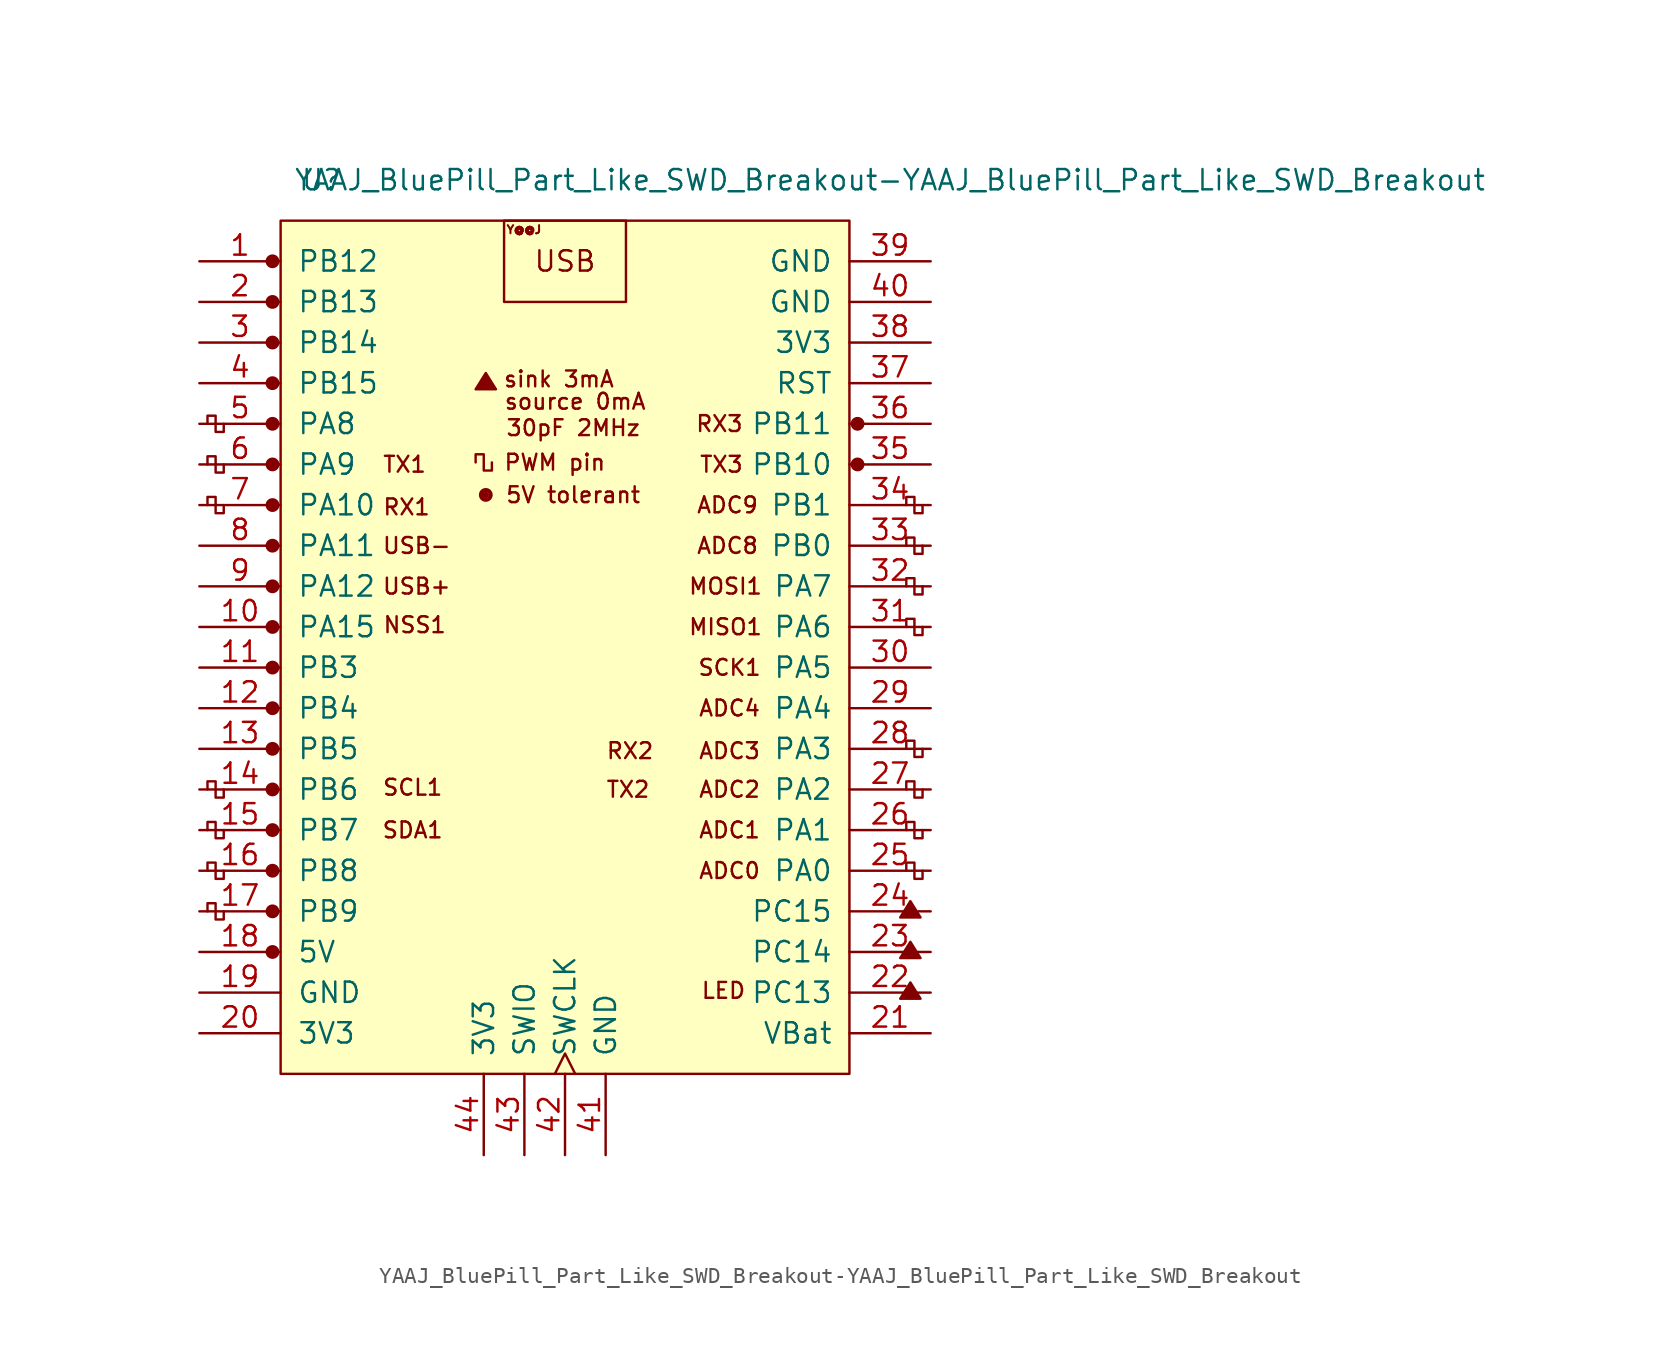
<source format=kicad_sym>
(kicad_symbol_lib
  (version 20211014)
  (generator kicad_symbol_editor)
  (symbol "YAAJ_BluePill_Part_Like_SWD_Breakout-YAAJ_BluePill_Part_Like_SWD_Breakout"
    (pin_names
      (offset 1.016))
    (property "Reference" "U"
      (at -15.24 27.94 0)
      (effects (font (size 1.27 1.27))))
    (property "Value" "YAAJ_BluePill_Part_Like_SWD_Breakout-YAAJ_BluePill_Part_Like_SWD_Breakout"
      (at 20.32 27.94 0)
      (effects (font (size 1.27 1.27))))
    (symbol "YAAJ_BluePill_Part_Like_SWD_Breakout-YAAJ_BluePill_Part_Like_SWD_Breakout_0_0"
      (circle (center -18.288 -20.32) (radius 0.356) (stroke (width 0) (type default) (color 0 0 0 0)) (fill (type outline)))
      (circle (center -18.288 -17.78) (radius 0.356) (stroke (width 0) (type default) (color 0 0 0 0)) (fill (type outline)))
      (circle (center -18.288 -15.24) (radius 0.356) (stroke (width 0) (type default) (color 0 0 0 0)) (fill (type outline)))
      (circle (center -18.288 -12.7) (radius 0.356) (stroke (width 0) (type default) (color 0 0 0 0)) (fill (type outline)))
      (circle (center -18.288 -10.16) (radius 0.356) (stroke (width 0) (type default) (color 0 0 0 0)) (fill (type outline)))
      (circle (center -18.288 -7.62) (radius 0.356) (stroke (width 0) (type default) (color 0 0 0 0)) (fill (type outline)))
      (circle (center -18.288 -5.08) (radius 0.356) (stroke (width 0) (type default) (color 0 0 0 0)) (fill (type outline)))
      (circle (center -18.288 -2.54) (radius 0.356) (stroke (width 0) (type default) (color 0 0 0 0)) (fill (type outline)))
      (circle (center -18.288 0) (radius 0.356) (stroke (width 0) (type default) (color 0 0 0 0)) (fill (type outline)))
      (circle (center -18.288 2.54) (radius 0.356) (stroke (width 0) (type default) (color 0 0 0 0)) (fill (type outline)))
      (circle (center -18.288 5.08) (radius 0.356) (stroke (width 0) (type default) (color 0 0 0 0)) (fill (type outline)))
      (circle (center -18.288 7.62) (radius 0.356) (stroke (width 0) (type default) (color 0 0 0 0)) (fill (type outline)))
      (circle (center -18.288 10.16) (radius 0.356) (stroke (width 0) (type default) (color 0 0 0 0)) (fill (type outline)))
      (circle (center -18.288 12.7) (radius 0.356) (stroke (width 0) (type default) (color 0 0 0 0)) (fill (type outline)))
      (circle (center -18.288 15.24) (radius 0.356) (stroke (width 0) (type default) (color 0 0 0 0)) (fill (type outline)))
      (circle (center -18.288 17.78) (radius 0.356) (stroke (width 0) (type default) (color 0 0 0 0)) (fill (type outline)))
      (circle (center -18.288 22.86) (radius 0.356) (stroke (width 0) (type default) (color 0 0 0 0)) (fill (type outline)))
      (circle (center -4.953 8.255) (radius 0.127) (stroke (width 0) (type default) (color 0 0 0 0)) (fill (type outline)))
      (circle (center -4.953 8.255) (radius 0.254) (stroke (width 0) (type default) (color 0 0 0 0)) (fill (type none)))
      (circle (center -4.953 8.255) (radius 0.356) (stroke (width 0) (type default) (color 0 0 0 0)) (fill (type none)))
      (polyline (pts (xy -5.588 14.859) (xy -4.953 15.875) (xy -4.318 14.859) (xy -5.588 14.859) (xy -4.953 15.748) (xy -4.445 14.859) (xy -5.461 14.986) (xy -4.953 15.621) (xy -4.572 14.859) (xy -5.334 15.113) (xy -4.826 15.494) (xy -4.699 14.859) (xy -5.207 15.24) (xy -4.699 15.367) (xy -4.826 14.986) (xy -5.08 15.24) (xy -4.826 15.113) (xy -4.953 15.367)) (stroke (width 0) (type default) (color 0 0 0 0)) (fill (type none)))
      (polyline (pts (xy 20.955 -23.241) (xy 21.59 -22.225) (xy 22.225 -23.241) (xy 20.955 -23.241) (xy 21.59 -22.352) (xy 22.098 -23.241) (xy 21.082 -23.114) (xy 21.59 -22.479) (xy 21.971 -23.241) (xy 21.209 -22.987) (xy 21.717 -22.606) (xy 21.844 -23.241) (xy 21.336 -22.86) (xy 21.844 -22.733) (xy 21.717 -23.114) (xy 21.463 -22.86) (xy 21.717 -22.987) (xy 21.59 -22.733)) (stroke (width 0) (type default) (color 0 0 0 0)) (fill (type none)))
      (polyline (pts (xy 20.955 -20.701) (xy 21.59 -19.685) (xy 22.225 -20.701) (xy 20.955 -20.701) (xy 21.59 -19.812) (xy 22.098 -20.701) (xy 21.082 -20.574) (xy 21.59 -19.939) (xy 21.971 -20.701) (xy 21.209 -20.447) (xy 21.717 -20.066) (xy 21.844 -20.701) (xy 21.336 -20.32) (xy 21.844 -20.193) (xy 21.717 -20.574) (xy 21.463 -20.32) (xy 21.717 -20.447) (xy 21.59 -20.193)) (stroke (width 0) (type default) (color 0 0 0 0)) (fill (type none)))
      (polyline (pts (xy 20.955 -18.161) (xy 21.59 -17.145) (xy 22.225 -18.161) (xy 20.955 -18.161) (xy 21.59 -17.272) (xy 22.098 -18.161) (xy 21.082 -18.034) (xy 21.59 -17.399) (xy 21.971 -18.161) (xy 21.209 -17.907) (xy 21.717 -17.526) (xy 21.844 -18.161) (xy 21.336 -17.78) (xy 21.844 -17.653) (xy 21.717 -18.034) (xy 21.463 -17.78) (xy 21.717 -17.907) (xy 21.59 -17.653)) (stroke (width 0) (type default) (color 0 0 0 0)) (fill (type none)))
      (circle (center 18.288 10.16) (radius 0.254) (stroke (width 0) (type default) (color 0 0 0 0)) (fill (type outline)))
      (circle (center 18.288 10.16) (radius 0.356) (stroke (width 0) (type default) (color 0 0 0 0)) (fill (type none)))
      (circle (center 18.288 12.7) (radius 0.254) (stroke (width 0) (type default) (color 0 0 0 0)) (fill (type outline)))
      (circle (center 18.288 12.7) (radius 0.356) (stroke (width 0) (type default) (color 0 0 0 0)) (fill (type none)))
      (text "30pF 2MHz" (at 0.508 12.446 0) (effects (font (size 0.991 0.991))))
      (text "5V tolerant" (at 0.508 8.255 0) (effects (font (size 0.991 0.991))))
      (text "ADC0" (at 10.287 -15.24 0) (effects (font (size 0.991 0.991))))
      (text "ADC1" (at 10.287 -12.7 0) (effects (font (size 0.991 0.991))))
      (text "ADC2" (at 10.287 -10.16 0) (effects (font (size 0.991 0.991))))
      (text "ADC3" (at 10.287 -7.747 0) (effects (font (size 0.991 0.991))))
      (text "ADC4" (at 10.287 -5.08 0) (effects (font (size 0.991 0.991))))
      (text "ADC8" (at 10.16 5.08 0) (effects (font (size 0.991 0.991))))
      (text "ADC9" (at 10.16 7.62 0) (effects (font (size 0.991 0.991))))
      (text "LED" (at 9.906 -22.733 0) (effects (font (size 0.991 0.991))))
      (text "MISO1" (at 10.033 0 0) (effects (font (size 0.991 0.991))))
      (text "MOSI1" (at 10.033 2.54 0) (effects (font (size 0.991 0.991))))
      (text "NSS1" (at -9.398 0.127 0) (effects (font (size 0.991 0.991))))
      (text "PWM pin" (at -0.635 10.287 0) (effects (font (size 0.991 0.991))))
      (text "RX1" (at -9.906 7.493 0) (effects (font (size 0.991 0.991))))
      (text "RX2" (at 4.064 -7.747 0) (effects (font (size 0.991 0.991))))
      (text "RX3" (at 9.652 12.7 0) (effects (font (size 0.991 0.991))))
      (text "SCK1" (at 10.287 -2.54 0) (effects (font (size 0.991 0.991))))
      (text "SCL1" (at -9.525 -10.033 0) (effects (font (size 0.991 0.991))))
      (text "SDA1" (at -9.525 -12.7 0) (effects (font (size 0.991 0.991))))
      (text "sink 3mA" (at -0.381 15.494 0) (effects (font (size 0.991 0.991))))
      (text "source 0mA" (at 0.635 14.097 0) (effects (font (size 0.991 0.991))))
      (text "TX1" (at -10.033 10.16 0) (effects (font (size 0.991 0.991))))
      (text "TX2" (at 3.937 -10.16 0) (effects (font (size 0.991 0.991))))
      (text "TX3" (at 9.779 10.16 0) (effects (font (size 0.991 0.991))))
      (text "USB" (at 0 22.86 0) (effects (font (size 1.27 1.27))))
      (text "USB+" (at -9.271 2.54 0) (effects (font (size 0.991 0.991))))
      (text "USB-" (at -9.271 5.08 0) (effects (font (size 0.991 0.991))))
      (text "Y@@J" (at -2.565 24.841 0) (effects (font (size 0.508 0.508)))))
    (symbol "YAAJ_BluePill_Part_Like_SWD_Breakout-YAAJ_BluePill_Part_Like_SWD_Breakout_0_1"
      (rectangle (start -17.78 25.4) (end 17.78 -27.94) (stroke (width 0) (type default) (color 0 0 0 0)) (fill (type background)))
      (polyline (pts (xy -21.336 -17.78) (xy -21.336 -18.288) (xy -21.844 -18.288) (xy -21.844 -17.272) (xy -22.352 -17.272) (xy -22.352 -17.78)) (stroke (width 0) (type default) (color 0 0 0 0)) (fill (type none)))
      (polyline (pts (xy -21.336 -15.24) (xy -21.336 -15.748) (xy -21.844 -15.748) (xy -21.844 -14.732) (xy -22.352 -14.732) (xy -22.352 -15.24)) (stroke (width 0) (type default) (color 0 0 0 0)) (fill (type none)))
      (polyline (pts (xy -21.336 -12.7) (xy -21.336 -13.208) (xy -21.844 -13.208) (xy -21.844 -12.192) (xy -22.352 -12.192) (xy -22.352 -12.7)) (stroke (width 0) (type default) (color 0 0 0 0)) (fill (type none)))
      (polyline (pts (xy -21.336 -10.16) (xy -21.336 -10.668) (xy -21.844 -10.668) (xy -21.844 -9.652) (xy -22.352 -9.652) (xy -22.352 -10.16)) (stroke (width 0) (type default) (color 0 0 0 0)) (fill (type none)))
      (polyline (pts (xy -21.336 7.62) (xy -21.336 7.112) (xy -21.844 7.112) (xy -21.844 8.128) (xy -22.352 8.128) (xy -22.352 7.62)) (stroke (width 0) (type default) (color 0 0 0 0)) (fill (type none)))
      (polyline (pts (xy -21.336 10.16) (xy -21.336 9.652) (xy -21.844 9.652) (xy -21.844 10.668) (xy -22.352 10.668) (xy -22.352 10.16)) (stroke (width 0) (type default) (color 0 0 0 0)) (fill (type none)))
      (polyline (pts (xy -21.336 12.7) (xy -21.336 12.192) (xy -21.844 12.192) (xy -21.844 13.208) (xy -22.352 13.208) (xy -22.352 12.7)) (stroke (width 0) (type default) (color 0 0 0 0)) (fill (type none)))
      (polyline (pts (xy -4.572 10.287) (xy -4.572 9.779) (xy -5.08 9.779) (xy -5.08 10.795) (xy -5.588 10.795) (xy -5.588 10.287)) (stroke (width 0) (type default) (color 0 0 0 0)) (fill (type none)))
      (polyline (pts (xy 22.352 -15.24) (xy 22.352 -15.748) (xy 21.844 -15.748) (xy 21.844 -14.732) (xy 21.336 -14.732) (xy 21.336 -15.24)) (stroke (width 0) (type default) (color 0 0 0 0)) (fill (type none)))
      (polyline (pts (xy 22.352 -12.7) (xy 22.352 -13.208) (xy 21.844 -13.208) (xy 21.844 -12.192) (xy 21.336 -12.192) (xy 21.336 -12.7)) (stroke (width 0) (type default) (color 0 0 0 0)) (fill (type none)))
      (polyline (pts (xy 22.352 -10.16) (xy 22.352 -10.668) (xy 21.844 -10.668) (xy 21.844 -9.652) (xy 21.336 -9.652) (xy 21.336 -10.16)) (stroke (width 0) (type default) (color 0 0 0 0)) (fill (type none)))
      (polyline (pts (xy 22.352 -7.62) (xy 22.352 -8.128) (xy 21.844 -8.128) (xy 21.844 -7.112) (xy 21.336 -7.112) (xy 21.336 -7.62)) (stroke (width 0) (type default) (color 0 0 0 0)) (fill (type none)))
      (polyline (pts (xy 22.352 0) (xy 22.352 -0.508) (xy 21.844 -0.508) (xy 21.844 0.508) (xy 21.336 0.508) (xy 21.336 0)) (stroke (width 0) (type default) (color 0 0 0 0)) (fill (type none)))
      (polyline (pts (xy 22.352 2.54) (xy 22.352 2.032) (xy 21.844 2.032) (xy 21.844 3.048) (xy 21.336 3.048) (xy 21.336 2.54)) (stroke (width 0) (type default) (color 0 0 0 0)) (fill (type none)))
      (polyline (pts (xy 22.352 5.08) (xy 22.352 4.572) (xy 21.844 4.572) (xy 21.844 5.588) (xy 21.336 5.588) (xy 21.336 5.08)) (stroke (width 0) (type default) (color 0 0 0 0)) (fill (type none)))
      (polyline (pts (xy 22.352 7.62) (xy 22.352 7.112) (xy 21.844 7.112) (xy 21.844 8.128) (xy 21.336 8.128) (xy 21.336 7.62)) (stroke (width 0) (type default) (color 0 0 0 0)) (fill (type none)))
      (rectangle (start 3.81 25.4) (end -3.81 20.32) (stroke (width 0) (type default) (color 0 0 0 0)) (fill (type none))))
    (symbol "YAAJ_BluePill_Part_Like_SWD_Breakout-YAAJ_BluePill_Part_Like_SWD_Breakout_1_1"
      (circle (center -18.288 20.32) (radius 0.356) (stroke (width 0) (type default) (color 0 0 0 0)) (fill (type outline)))
      (pin bidirectional line (at -22.86 22.86 0) (length 5.08) (name "PB12" (effects (font (size 1.27 1.27)))) (number "1" (effects (font (size 1.27 1.27)))))
      (pin bidirectional line (at -22.86 0 0) (length 5.08) (name "PA15" (effects (font (size 1.27 1.27)))) (number "10" (effects (font (size 1.27 1.27)))))
      (pin bidirectional line (at -22.86 -2.54 0) (length 5.08) (name "PB3" (effects (font (size 1.27 1.27)))) (number "11" (effects (font (size 1.27 1.27)))))
      (pin bidirectional line (at -22.86 -5.08 0) (length 5.08) (name "PB4" (effects (font (size 1.27 1.27)))) (number "12" (effects (font (size 1.27 1.27)))))
      (pin bidirectional line (at -22.86 -7.62 0) (length 5.08) (name "PB5" (effects (font (size 1.27 1.27)))) (number "13" (effects (font (size 1.27 1.27)))))
      (pin bidirectional line (at -22.86 -10.16 0) (length 5.08) (name "PB6" (effects (font (size 1.27 1.27)))) (number "14" (effects (font (size 1.27 1.27)))))
      (pin bidirectional line (at -22.86 -12.7 0) (length 5.08) (name "PB7" (effects (font (size 1.27 1.27)))) (number "15" (effects (font (size 1.27 1.27)))))
      (pin bidirectional line (at -22.86 -15.24 0) (length 5.08) (name "PB8" (effects (font (size 1.27 1.27)))) (number "16" (effects (font (size 1.27 1.27)))))
      (pin bidirectional line (at -22.86 -17.78 0) (length 5.08) (name "PB9" (effects (font (size 1.27 1.27)))) (number "17" (effects (font (size 1.27 1.27)))))
      (pin power_in line (at -22.86 -20.32 0) (length 5.08) (name "5V" (effects (font (size 1.27 1.27)))) (number "18" (effects (font (size 1.27 1.27)))))
      (pin power_in line (at -22.86 -22.86 0) (length 5.08) (name "GND" (effects (font (size 1.27 1.27)))) (number "19" (effects (font (size 1.27 1.27)))))
      (pin bidirectional line (at -22.86 20.32 0) (length 5.08) (name "PB13" (effects (font (size 1.27 1.27)))) (number "2" (effects (font (size 1.27 1.27)))))
      (pin power_in line (at -22.86 -25.4 0) (length 5.08) (name "3V3" (effects (font (size 1.27 1.27)))) (number "20" (effects (font (size 1.27 1.27)))))
      (pin power_in line (at 22.86 -25.4 180) (length 5.08) (name "VBat" (effects (font (size 1.27 1.27)))) (number "21" (effects (font (size 1.27 1.27)))))
      (pin bidirectional line (at 22.86 -22.86 180) (length 5.08) (name "PC13" (effects (font (size 1.27 1.27)))) (number "22" (effects (font (size 1.27 1.27)))))
      (pin bidirectional line (at 22.86 -20.32 180) (length 5.08) (name "PC14" (effects (font (size 1.27 1.27)))) (number "23" (effects (font (size 1.27 1.27)))))
      (pin bidirectional line (at 22.86 -17.78 180) (length 5.08) (name "PC15" (effects (font (size 1.27 1.27)))) (number "24" (effects (font (size 1.27 1.27)))))
      (pin bidirectional line (at 22.86 -15.24 180) (length 5.08) (name "PA0" (effects (font (size 1.27 1.27)))) (number "25" (effects (font (size 1.27 1.27)))))
      (pin bidirectional line (at 22.86 -12.7 180) (length 5.08) (name "PA1" (effects (font (size 1.27 1.27)))) (number "26" (effects (font (size 1.27 1.27)))))
      (pin bidirectional line (at 22.86 -10.16 180) (length 5.08) (name "PA2" (effects (font (size 1.27 1.27)))) (number "27" (effects (font (size 1.27 1.27)))))
      (pin bidirectional line (at 22.86 -7.62 180) (length 5.08) (name "PA3" (effects (font (size 1.27 1.27)))) (number "28" (effects (font (size 1.27 1.27)))))
      (pin bidirectional line (at 22.86 -5.08 180) (length 5.08) (name "PA4" (effects (font (size 1.27 1.27)))) (number "29" (effects (font (size 1.27 1.27)))))
      (pin bidirectional line (at -22.86 17.78 0) (length 5.08) (name "PB14" (effects (font (size 1.27 1.27)))) (number "3" (effects (font (size 1.27 1.27)))))
      (pin bidirectional line (at 22.86 -2.54 180) (length 5.08) (name "PA5" (effects (font (size 1.27 1.27)))) (number "30" (effects (font (size 1.27 1.27)))))
      (pin bidirectional line (at 22.86 0 180) (length 5.08) (name "PA6" (effects (font (size 1.27 1.27)))) (number "31" (effects (font (size 1.27 1.27)))))
      (pin bidirectional line (at 22.86 2.54 180) (length 5.08) (name "PA7" (effects (font (size 1.27 1.27)))) (number "32" (effects (font (size 1.27 1.27)))))
      (pin bidirectional line (at 22.86 5.08 180) (length 5.08) (name "PB0" (effects (font (size 1.27 1.27)))) (number "33" (effects (font (size 1.27 1.27)))))
      (pin bidirectional line (at 22.86 7.62 180) (length 5.08) (name "PB1" (effects (font (size 1.27 1.27)))) (number "34" (effects (font (size 1.27 1.27)))))
      (pin bidirectional line (at 22.86 10.16 180) (length 5.08) (name "PB10" (effects (font (size 1.27 1.27)))) (number "35" (effects (font (size 1.27 1.27)))))
      (pin bidirectional line (at 22.86 12.7 180) (length 5.08) (name "PB11" (effects (font (size 1.27 1.27)))) (number "36" (effects (font (size 1.27 1.27)))))
      (pin input line (at 22.86 15.24 180) (length 5.08) (name "RST" (effects (font (size 1.27 1.27)))) (number "37" (effects (font (size 1.27 1.27)))))
      (pin power_in line (at 22.86 17.78 180) (length 5.08) (name "3V3" (effects (font (size 1.27 1.27)))) (number "38" (effects (font (size 1.27 1.27)))))
      (pin power_in line (at 22.86 22.86 180) (length 5.08) (name "GND" (effects (font (size 1.27 1.27)))) (number "39" (effects (font (size 1.27 1.27)))))
      (pin bidirectional line (at -22.86 15.24 0) (length 5.08) (name "PB15" (effects (font (size 1.27 1.27)))) (number "4" (effects (font (size 1.27 1.27)))))
      (pin power_in line (at 22.86 20.32 180) (length 5.08) (name "GND" (effects (font (size 1.27 1.27)))) (number "40" (effects (font (size 1.27 1.27)))))
      (pin power_in line (at 2.54 -33.02 90) (length 5.08) (name "GND" (effects (font (size 1.27 1.27)))) (number "41" (effects (font (size 1.27 1.27)))))
      (pin bidirectional clock (at 0 -33.02 90) (length 5.08) (name "SWCLK" (effects (font (size 1.27 1.27)))) (number "42" (effects (font (size 1.27 1.27)))))
      (pin bidirectional line (at -2.54 -33.02 90) (length 5.08) (name "SWIO" (effects (font (size 1.27 1.27)))) (number "43" (effects (font (size 1.27 1.27)))))
      (pin power_in line (at -5.08 -33.02 90) (length 5.08) (name "3V3" (effects (font (size 1.27 1.27)))) (number "44" (effects (font (size 1.27 1.27)))))
      (pin bidirectional line (at -22.86 12.7 0) (length 5.08) (name "PA8" (effects (font (size 1.27 1.27)))) (number "5" (effects (font (size 1.27 1.27)))))
      (pin bidirectional line (at -22.86 10.16 0) (length 5.08) (name "PA9" (effects (font (size 1.27 1.27)))) (number "6" (effects (font (size 1.27 1.27)))))
      (pin bidirectional line (at -22.86 7.62 0) (length 5.08) (name "PA10" (effects (font (size 1.27 1.27)))) (number "7" (effects (font (size 1.27 1.27)))))
      (pin bidirectional line (at -22.86 5.08 0) (length 5.08) (name "PA11" (effects (font (size 1.27 1.27)))) (number "8" (effects (font (size 1.27 1.27)))))
      (pin bidirectional line (at -22.86 2.54 0) (length 5.08) (name "PA12" (effects (font (size 1.27 1.27)))) (number "9" (effects (font (size 1.27 1.27))))))))
</source>
